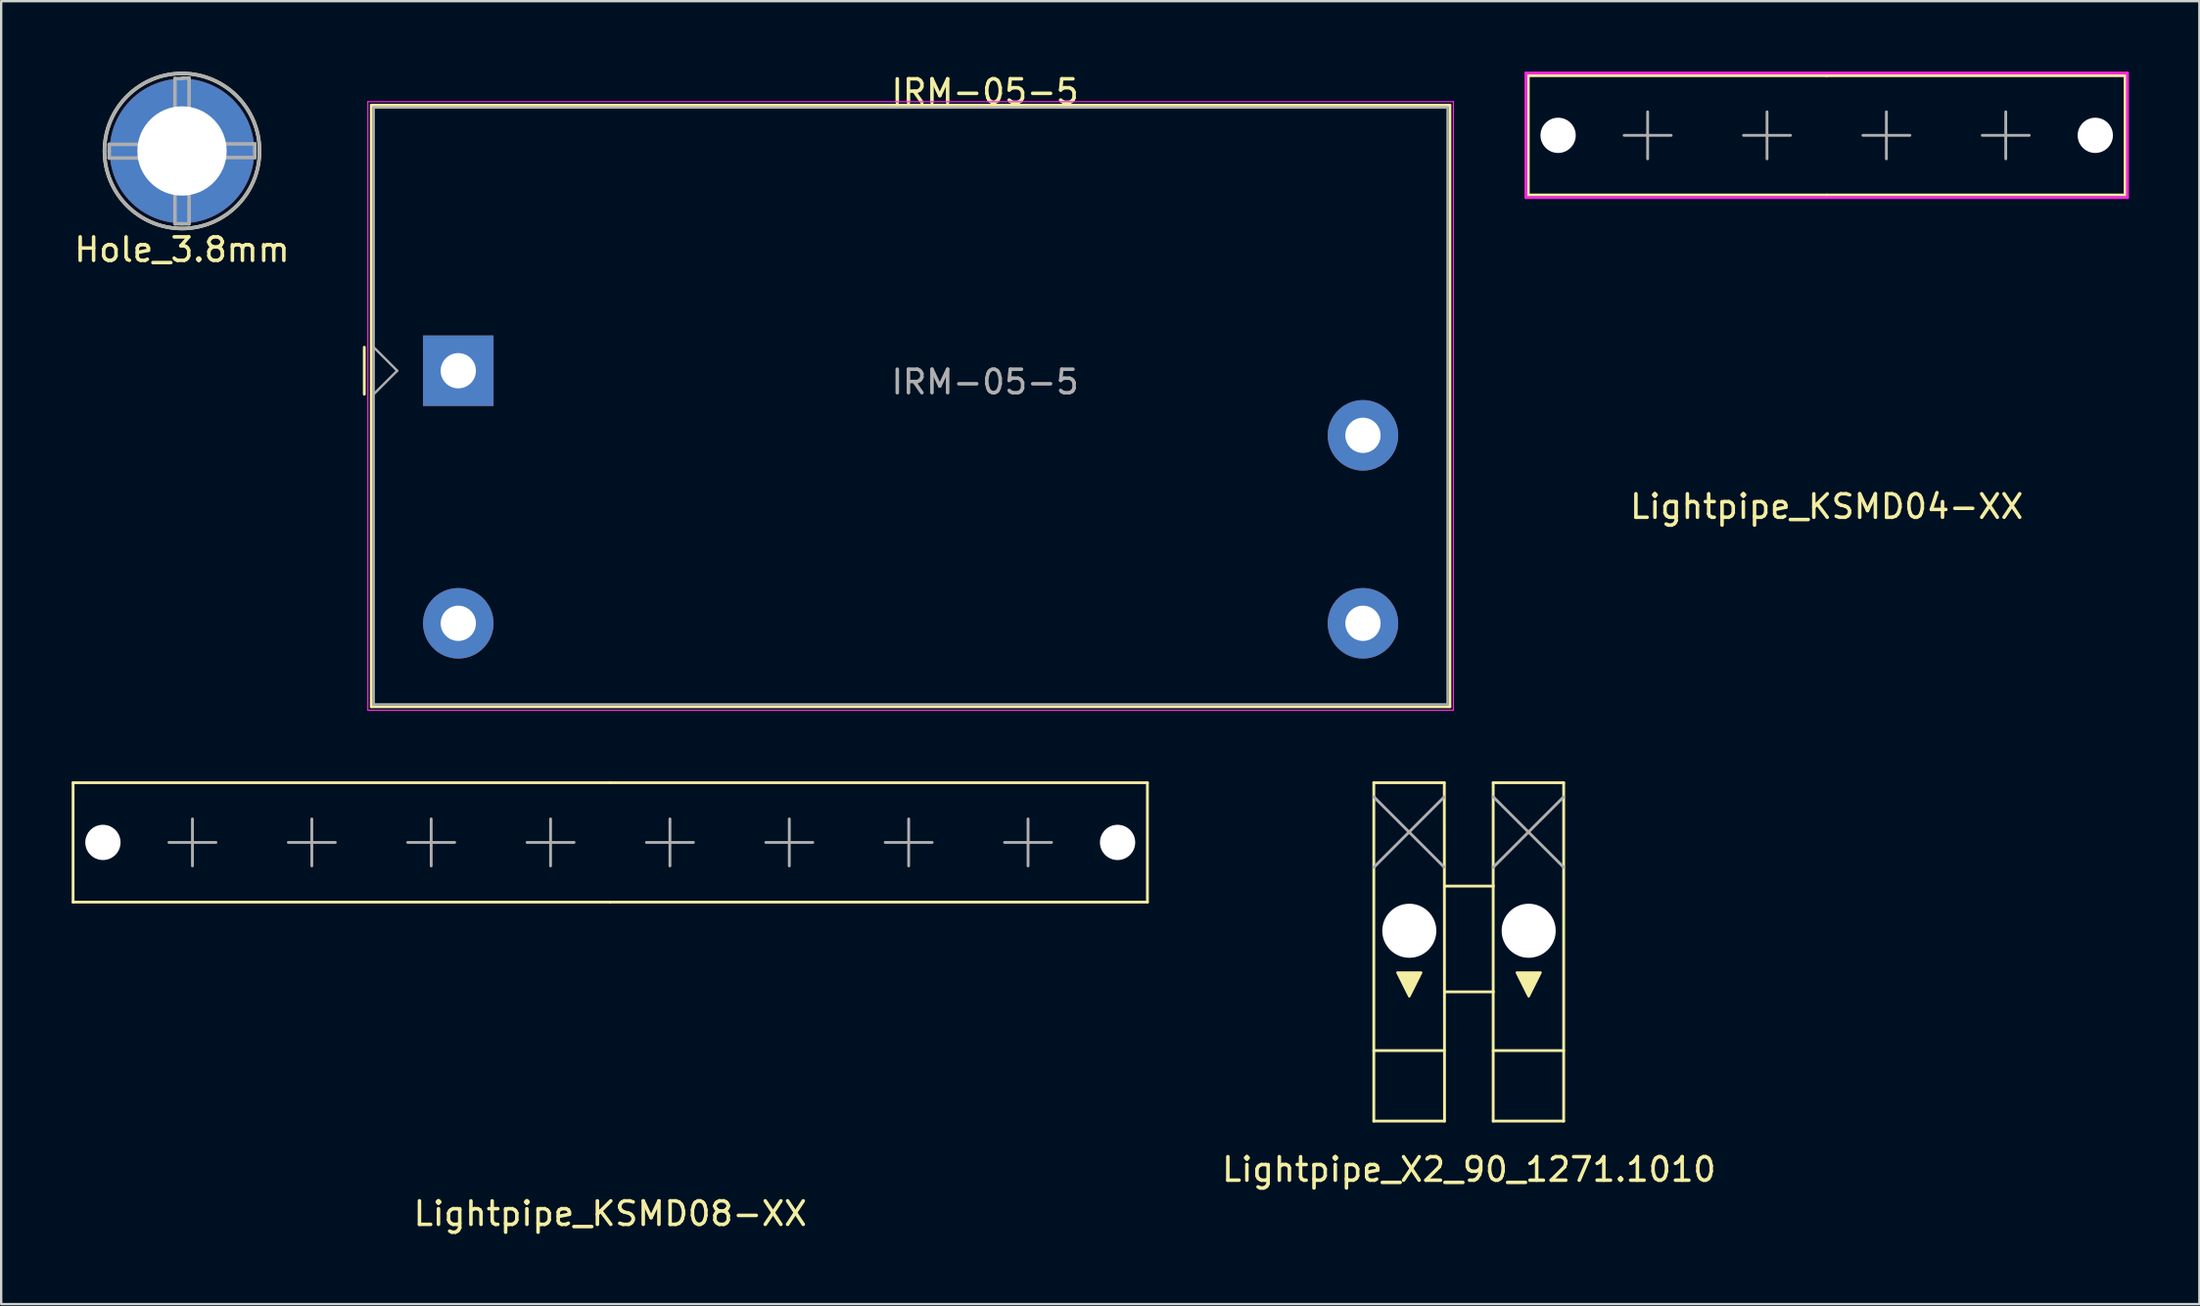
<source format=kicad_pcb>
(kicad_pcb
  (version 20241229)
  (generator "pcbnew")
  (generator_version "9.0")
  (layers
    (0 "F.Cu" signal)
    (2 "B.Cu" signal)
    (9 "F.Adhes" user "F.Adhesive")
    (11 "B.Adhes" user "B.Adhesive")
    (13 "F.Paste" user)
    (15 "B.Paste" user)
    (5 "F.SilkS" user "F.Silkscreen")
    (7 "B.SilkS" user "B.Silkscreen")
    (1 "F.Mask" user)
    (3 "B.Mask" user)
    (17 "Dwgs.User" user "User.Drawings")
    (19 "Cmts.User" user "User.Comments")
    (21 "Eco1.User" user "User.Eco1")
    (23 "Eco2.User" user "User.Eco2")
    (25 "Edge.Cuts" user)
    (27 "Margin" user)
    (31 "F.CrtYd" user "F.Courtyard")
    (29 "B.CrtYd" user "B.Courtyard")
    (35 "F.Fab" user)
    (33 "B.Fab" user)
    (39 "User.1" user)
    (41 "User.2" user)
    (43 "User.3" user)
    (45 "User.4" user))
  (footprint "Lightpipe_KSMD08-XX"
    (layer "F.Cu")
    (at 22.92 32.803)
    (property "Reference" "Lightpipe_KSMD08-XX" (at 0 15.8 0) (layer "F.SilkS") (effects (font (size 1 1) (thickness 0.15))))
    (attr through_hole)
    (fp_line (start -22.86 -2.54) (end -22.86 2.54) (stroke (width 0.12) (type solid)) (layer "F.SilkS"))
    (fp_line (start -22.86 -2.54) (end 0 -2.54) (stroke (width 0.12) (type solid)) (layer "F.SilkS"))
    (fp_line (start -22.86 2.54) (end 0 2.54) (stroke (width 0.12) (type solid)) (layer "F.SilkS"))
    (fp_line (start 0 -2.54) (end 22.86 -2.54) (stroke (width 0.12) (type solid)) (layer "F.SilkS"))
    (fp_line (start 0 2.54) (end 22.86 2.54) (stroke (width 0.12) (type solid)) (layer "F.SilkS"))
    (fp_line (start 22.86 2.54) (end 22.86 -2.54) (stroke (width 0.12) (type solid)) (layer "F.SilkS"))
    (fp_line (start -17.78 -1) (end -17.78 1) (stroke (width 0.12) (type solid)) (layer "F.Fab"))
    (fp_line (start -16.78 0) (end -18.78 0) (stroke (width 0.12) (type solid)) (layer "F.Fab"))
    (fp_line (start -12.7 -1) (end -12.7 1) (stroke (width 0.12) (type solid)) (layer "F.Fab"))
    (fp_line (start -11.7 0) (end -13.7 0) (stroke (width 0.12) (type solid)) (layer "F.Fab"))
    (fp_line (start -7.62 -1) (end -7.62 1) (stroke (width 0.12) (type solid)) (layer "F.Fab"))
    (fp_line (start -6.62 0) (end -8.62 0) (stroke (width 0.12) (type solid)) (layer "F.Fab"))
    (fp_line (start -2.54 -1) (end -2.54 1) (stroke (width 0.12) (type solid)) (layer "F.Fab"))
    (fp_line (start -1.54 0) (end -3.54 0) (stroke (width 0.12) (type solid)) (layer "F.Fab"))
    (fp_line (start 2.54 -1) (end 2.54 1) (stroke (width 0.12) (type solid)) (layer "F.Fab"))
    (fp_line (start 3.54 0) (end 1.54 0) (stroke (width 0.12) (type solid)) (layer "F.Fab"))
    (fp_line (start 7.62 -1) (end 7.62 1) (stroke (width 0.12) (type solid)) (layer "F.Fab"))
    (fp_line (start 8.62 0) (end 6.62 0) (stroke (width 0.12) (type solid)) (layer "F.Fab"))
    (fp_line (start 12.7 -1) (end 12.7 1) (stroke (width 0.12) (type solid)) (layer "F.Fab"))
    (fp_line (start 13.7 0) (end 11.7 0) (stroke (width 0.12) (type solid)) (layer "F.Fab"))
    (fp_line (start 17.78 -1) (end 17.78 1) (stroke (width 0.12) (type solid)) (layer "F.Fab"))
    (fp_line (start 18.78 0) (end 16.78 0) (stroke (width 0.12) (type solid)) (layer "F.Fab"))
    (pad "" np_thru_hole circle (at -21.59 0) (size 1.5 1.5) (drill 1.5) (layers "*.Cu" "*.Mask"))
    (pad "" np_thru_hole circle (at 21.59 0) (size 1.5 1.5) (drill 1.5) (layers "*.Cu" "*.Mask")))
  (footprint "Hole_3.8mm"
    (layer "F.Cu")
    (at 4.696 3.375)
    (property "Reference" "Hole_3.8mm" (at 0 4.2 0) (layer "F.SilkS") (effects (font (size 1 1) (thickness 0.15))))
    (attr through_hole)
    (fp_circle (center 0 0) (end 3.3 0) (stroke (width 0.15) (type solid)) (fill no) (layer "F.SilkS"))
    (fp_line (start -3.1 -0.281) (end -3.1 0.019) (stroke (width 0.15) (type solid)) (layer "F.Fab"))
    (fp_line (start -3.1 0.3) (end -3.1 0) (stroke (width 0.15) (type solid)) (layer "F.Fab"))
    (fp_line (start -1.5 -0.981) (end -0.8 -0.281) (stroke (width 0.15) (type solid)) (layer "F.Fab"))
    (fp_line (start -1.5 1) (end -0.8 0.3) (stroke (width 0.15) (type solid)) (layer "F.Fab"))
    (fp_line (start -1 -1.481) (end -1.5 -0.981) (stroke (width 0.15) (type solid)) (layer "F.Fab"))
    (fp_line (start -1 1.5) (end -1.5 1) (stroke (width 0.15) (type solid)) (layer "F.Fab"))
    (fp_line (start -0.8 -0.281) (end -3.1 -0.281) (stroke (width 0.15) (type solid)) (layer "F.Fab"))
    (fp_line (start -0.8 0.3) (end -3.1 0.3) (stroke (width 0.15) (type solid)) (layer "F.Fab"))
    (fp_line (start -0.3 -3.081) (end -0.3 -0.781) (stroke (width 0.15) (type solid)) (layer "F.Fab"))
    (fp_line (start -0.3 -0.781) (end -1 -1.481) (stroke (width 0.15) (type solid)) (layer "F.Fab"))
    (fp_line (start -0.3 0.8) (end -1 1.5) (stroke (width 0.15) (type solid)) (layer "F.Fab"))
    (fp_line (start -0.3 3.1) (end -0.3 0.8) (stroke (width 0.15) (type solid)) (layer "F.Fab"))
    (fp_line (start 0 -3.1) (end 0.3 -3.1) (stroke (width 0.15) (type solid)) (layer "F.Fab"))
    (fp_line (start 0 -3.081) (end -0.3 -3.081) (stroke (width 0.15) (type solid)) (layer "F.Fab"))
    (fp_line (start 0 3.1) (end -0.3 3.1) (stroke (width 0.15) (type solid)) (layer "F.Fab"))
    (fp_line (start 0 3.1) (end 0.3 3.1) (stroke (width 0.15) (type solid)) (layer "F.Fab"))
    (fp_line (start 0.3 -3.1) (end 0.3 -0.8) (stroke (width 0.15) (type solid)) (layer "F.Fab"))
    (fp_line (start 0.3 -0.8) (end 1 -1.5) (stroke (width 0.15) (type solid)) (layer "F.Fab"))
    (fp_line (start 0.3 0.781) (end 1 1.481) (stroke (width 0.15) (type solid)) (layer "F.Fab"))
    (fp_line (start 0.3 3.1) (end 0.3 0.781) (stroke (width 0.15) (type solid)) (layer "F.Fab"))
    (fp_line (start 0.8 -0.3) (end 3.1 -0.3) (stroke (width 0.15) (type solid)) (layer "F.Fab"))
    (fp_line (start 0.8 0.281) (end 3.1 0.281) (stroke (width 0.15) (type solid)) (layer "F.Fab"))
    (fp_line (start 1 -1.5) (end 1.5 -1) (stroke (width 0.15) (type solid)) (layer "F.Fab"))
    (fp_line (start 1 1.481) (end 1.5 0.981) (stroke (width 0.15) (type solid)) (layer "F.Fab"))
    (fp_line (start 1.5 -1) (end 0.8 -0.3) (stroke (width 0.15) (type solid)) (layer "F.Fab"))
    (fp_line (start 1.5 0.981) (end 0.8 0.281) (stroke (width 0.15) (type solid)) (layer "F.Fab"))
    (fp_line (start 3.1 -0.3) (end 3.1 0) (stroke (width 0.15) (type solid)) (layer "F.Fab"))
    (fp_line (start 3.1 0.281) (end 3.1 -0.019) (stroke (width 0.15) (type solid)) (layer "F.Fab"))
    (fp_circle (center 0 0) (end 3.3 0) (stroke (width 0.15) (type solid)) (fill no) (layer "F.Fab"))
    (pad "1" thru_hole circle (at 0 0) (size 6.15 6.15) (drill 3.8) (layers "*.Cu" "*.Mask")))
  (footprint "Lightpipe_KSMD04-XX"
    (layer "F.Cu")
    (at 74.688 2.71)
    (property "Reference" "Lightpipe_KSMD04-XX" (at 0 15.8 0) (layer "F.SilkS") (effects (font (size 1 1) (thickness 0.15))))
    (attr through_hole)
    (fp_line (start -12.7 -2.54) (end -12.7 2.54) (stroke (width 0.12) (type solid)) (layer "F.SilkS"))
    (fp_line (start -12.7 -2.54) (end 0 -2.54) (stroke (width 0.12) (type solid)) (layer "F.SilkS"))
    (fp_line (start -12.7 2.54) (end 0 2.54) (stroke (width 0.12) (type solid)) (layer "F.SilkS"))
    (fp_line (start 0 -2.54) (end 12.7 -2.54) (stroke (width 0.12) (type solid)) (layer "F.SilkS"))
    (fp_line (start 0 2.54) (end 12.7 2.54) (stroke (width 0.12) (type solid)) (layer "F.SilkS"))
    (fp_line (start 12.7 2.54) (end 12.7 -2.54) (stroke (width 0.12) (type solid)) (layer "F.SilkS"))
    (fp_line (start -12.8 -2.65) (end 12.8 -2.65) (stroke (width 0.12) (type solid)) (layer "F.CrtYd"))
    (fp_line (start -12.8 2.65) (end -12.8 -2.65) (stroke (width 0.12) (type solid)) (layer "F.CrtYd"))
    (fp_line (start 12.8 -2.65) (end 12.8 2.65) (stroke (width 0.12) (type solid)) (layer "F.CrtYd"))
    (fp_line (start 12.8 2.65) (end -12.8 2.65) (stroke (width 0.12) (type solid)) (layer "F.CrtYd"))
    (fp_line (start -7.62 -1) (end -7.62 1) (stroke (width 0.12) (type solid)) (layer "F.Fab"))
    (fp_line (start -6.62 0) (end -8.62 0) (stroke (width 0.12) (type solid)) (layer "F.Fab"))
    (fp_line (start -2.54 -1) (end -2.54 1) (stroke (width 0.12) (type solid)) (layer "F.Fab"))
    (fp_line (start -1.54 0) (end -3.54 0) (stroke (width 0.12) (type solid)) (layer "F.Fab"))
    (fp_line (start 2.54 -1) (end 2.54 1) (stroke (width 0.12) (type solid)) (layer "F.Fab"))
    (fp_line (start 3.54 0) (end 1.54 0) (stroke (width 0.12) (type solid)) (layer "F.Fab"))
    (fp_line (start 7.62 -1) (end 7.62 1) (stroke (width 0.12) (type solid)) (layer "F.Fab"))
    (fp_line (start 8.62 0) (end 6.62 0) (stroke (width 0.12) (type solid)) (layer "F.Fab"))
    (pad "" np_thru_hole circle (at -11.43 0) (size 1.5 1.5) (drill 1.5) (layers "*.Cu" "*.Mask"))
    (pad "" np_thru_hole circle (at 11.43 0) (size 1.5 1.5) (drill 1.5) (layers "*.Cu" "*.Mask")))
  (footprint "IRM-05-5"
    (layer "F.Cu")
    (at 16.453 12.728)
    (property "Reference" "IRM-05-5" (at 22.42 -11.88 0) (layer "F.SilkS") (effects (font (size 1 1) (thickness 0.15))))
    (attr through_hole)
    (fp_line (start -4 -1) (end -4 1) (stroke (width 0.12) (type solid)) (layer "F.SilkS"))
    (fp_line (start -3.7 -11.3) (end -3.7 14.3) (stroke (width 0.12) (type solid)) (layer "F.SilkS"))
    (fp_line (start -3.7 -11.3) (end 42.2 -11.3) (stroke (width 0.12) (type solid)) (layer "F.SilkS"))
    (fp_line (start -3.7 14.3) (end 42.2 14.3) (stroke (width 0.12) (type solid)) (layer "F.SilkS"))
    (fp_line (start 42.2 -11.3) (end 42.2 14.3) (stroke (width 0.12) (type solid)) (layer "F.SilkS"))
    (fp_line (start -3.85 -11.45) (end -3.85 14.45) (stroke (width 0.05) (type solid)) (layer "F.CrtYd"))
    (fp_line (start -3.85 -11.45) (end 42.35 -11.45) (stroke (width 0.05) (type solid)) (layer "F.CrtYd"))
    (fp_line (start -3.85 14.45) (end 42.35 14.45) (stroke (width 0.05) (type solid)) (layer "F.CrtYd"))
    (fp_line (start 42.35 -11.45) (end 42.35 14.45) (stroke (width 0.05) (type solid)) (layer "F.CrtYd"))
    (fp_line (start -3.6 -11.2) (end -3.6 14.2) (stroke (width 0.1) (type solid)) (layer "F.Fab"))
    (fp_line (start -3.6 14.2) (end 42.1 14.2) (stroke (width 0.1) (type solid)) (layer "F.Fab"))
    (fp_line (start -2.6 0) (end -3.6 -1) (stroke (width 0.1) (type solid)) (layer "F.Fab"))
    (fp_line (start -2.6 0) (end -3.6 1) (stroke (width 0.1) (type solid)) (layer "F.Fab"))
    (fp_line (start 42.1 -11.2) (end -3.6 -11.2) (stroke (width 0.1) (type solid)) (layer "F.Fab"))
    (fp_line (start 42.1 -11.2) (end 42.1 14.2) (stroke (width 0.1) (type solid)) (layer "F.Fab"))
    (fp_text user "${REFERENCE}" (at 22.42 0.48 0) (layer "F.Fab") (effects (font (size 1 1) (thickness 0.15))))
    (pad "1" thru_hole rect (at 0 0) (size 3 3) (drill 1.5) (layers "*.Cu" "*.Mask"))
    (pad "2" thru_hole circle (at 0 10.75) (size 3 3) (drill 1.5) (layers "*.Cu" "*.Mask"))
    (pad "3" thru_hole circle (at 38.5 10.75) (size 3 3) (drill 1.5) (layers "*.Cu" "*.Mask"))
    (pad "4" thru_hole circle (at 38.5 2.75) (size 3 3) (drill 1.5) (layers "*.Cu" "*.Mask")))
  (footprint "Lightpipe_X2_90_1271.1010"
    (layer "F.Cu")
    (at 59.465 36.563)
    (property "Reference" "Lightpipe_X2_90_1271.1010" (at 0 10.16 0) (layer "F.SilkS") (effects (font (size 1 1) (thickness 0.15))))
    (attr through_hole)
    (fp_line (start -4.05 -6.3) (end -4.05 8.103) (stroke (width 0.12) (type solid)) (layer "F.SilkS"))
    (fp_line (start -4.05 8.1) (end -1.05 8.1) (stroke (width 0.12) (type solid)) (layer "F.SilkS"))
    (fp_line (start -1.05 -6.3) (end -4.05 -6.3) (stroke (width 0.12) (type solid)) (layer "F.SilkS"))
    (fp_line (start -1.05 5.1) (end -4.05 5.1) (stroke (width 0.12) (type solid)) (layer "F.SilkS"))
    (fp_line (start -1.041 8.103) (end -1.05 -6.3) (stroke (width 0.12) (type solid)) (layer "F.SilkS"))
    (fp_line (start 1.03 -6.3) (end 1.03 8.1) (stroke (width 0.12) (type solid)) (layer "F.SilkS"))
    (fp_line (start 1.03 8.1) (end 4.03 8.1) (stroke (width 0.12) (type solid)) (layer "F.SilkS"))
    (fp_line (start 1.04 -1.9) (end -1.01 -1.9) (stroke (width 0.12) (type solid)) (layer "F.SilkS"))
    (fp_line (start 1.04 2.6) (end -1.01 2.6) (stroke (width 0.12) (type solid)) (layer "F.SilkS"))
    (fp_line (start 4.03 -6.3) (end 1.03 -6.3) (stroke (width 0.12) (type solid)) (layer "F.SilkS"))
    (fp_line (start 4.03 5.1) (end 1.03 5.1) (stroke (width 0.12) (type solid)) (layer "F.SilkS"))
    (fp_line (start 4.03 8.1) (end 4.03 -6.3) (stroke (width 0.12) (type solid)) (layer "F.SilkS"))
    (fp_poly (pts (xy -2.54 2.794) (xy -3.048 1.778) (xy -2.032 1.778)) (stroke (width 0.1) (type solid)) (fill yes) (layer "F.SilkS"))
    (fp_poly (pts (xy 2.54 2.794) (xy 2.032 1.778) (xy 3.048 1.778)) (stroke (width 0.1) (type solid)) (fill yes) (layer "F.SilkS"))
    (fp_line (start -4.05 -5.7) (end -1.06 -2.71) (stroke (width 0.12) (type solid)) (layer "F.Fab"))
    (fp_line (start -1.05 -5.7) (end -4.05 -2.7) (stroke (width 0.12) (type solid)) (layer "F.Fab"))
    (fp_line (start 1.03 -5.7) (end 4.03 -2.7) (stroke (width 0.12) (type solid)) (layer "F.Fab"))
    (fp_line (start 4.03 -5.7) (end 1.03 -2.7) (stroke (width 0.12) (type solid)) (layer "F.Fab"))
    (pad "" np_thru_hole circle (at -2.54 0) (size 2.3 2.3) (drill 2.3) (layers "*.Cu" "*.Mask"))
    (pad "" np_thru_hole circle (at 2.54 0) (size 2.3 2.3) (drill 2.3) (layers "*.Cu" "*.Mask")))
  (gr_rect
    (start -3 -3)
    (end 90.548 52.452)
    (stroke (width 0.1) (type default))
    (fill no)
    (layer "Edge.Cuts")))
</source>
